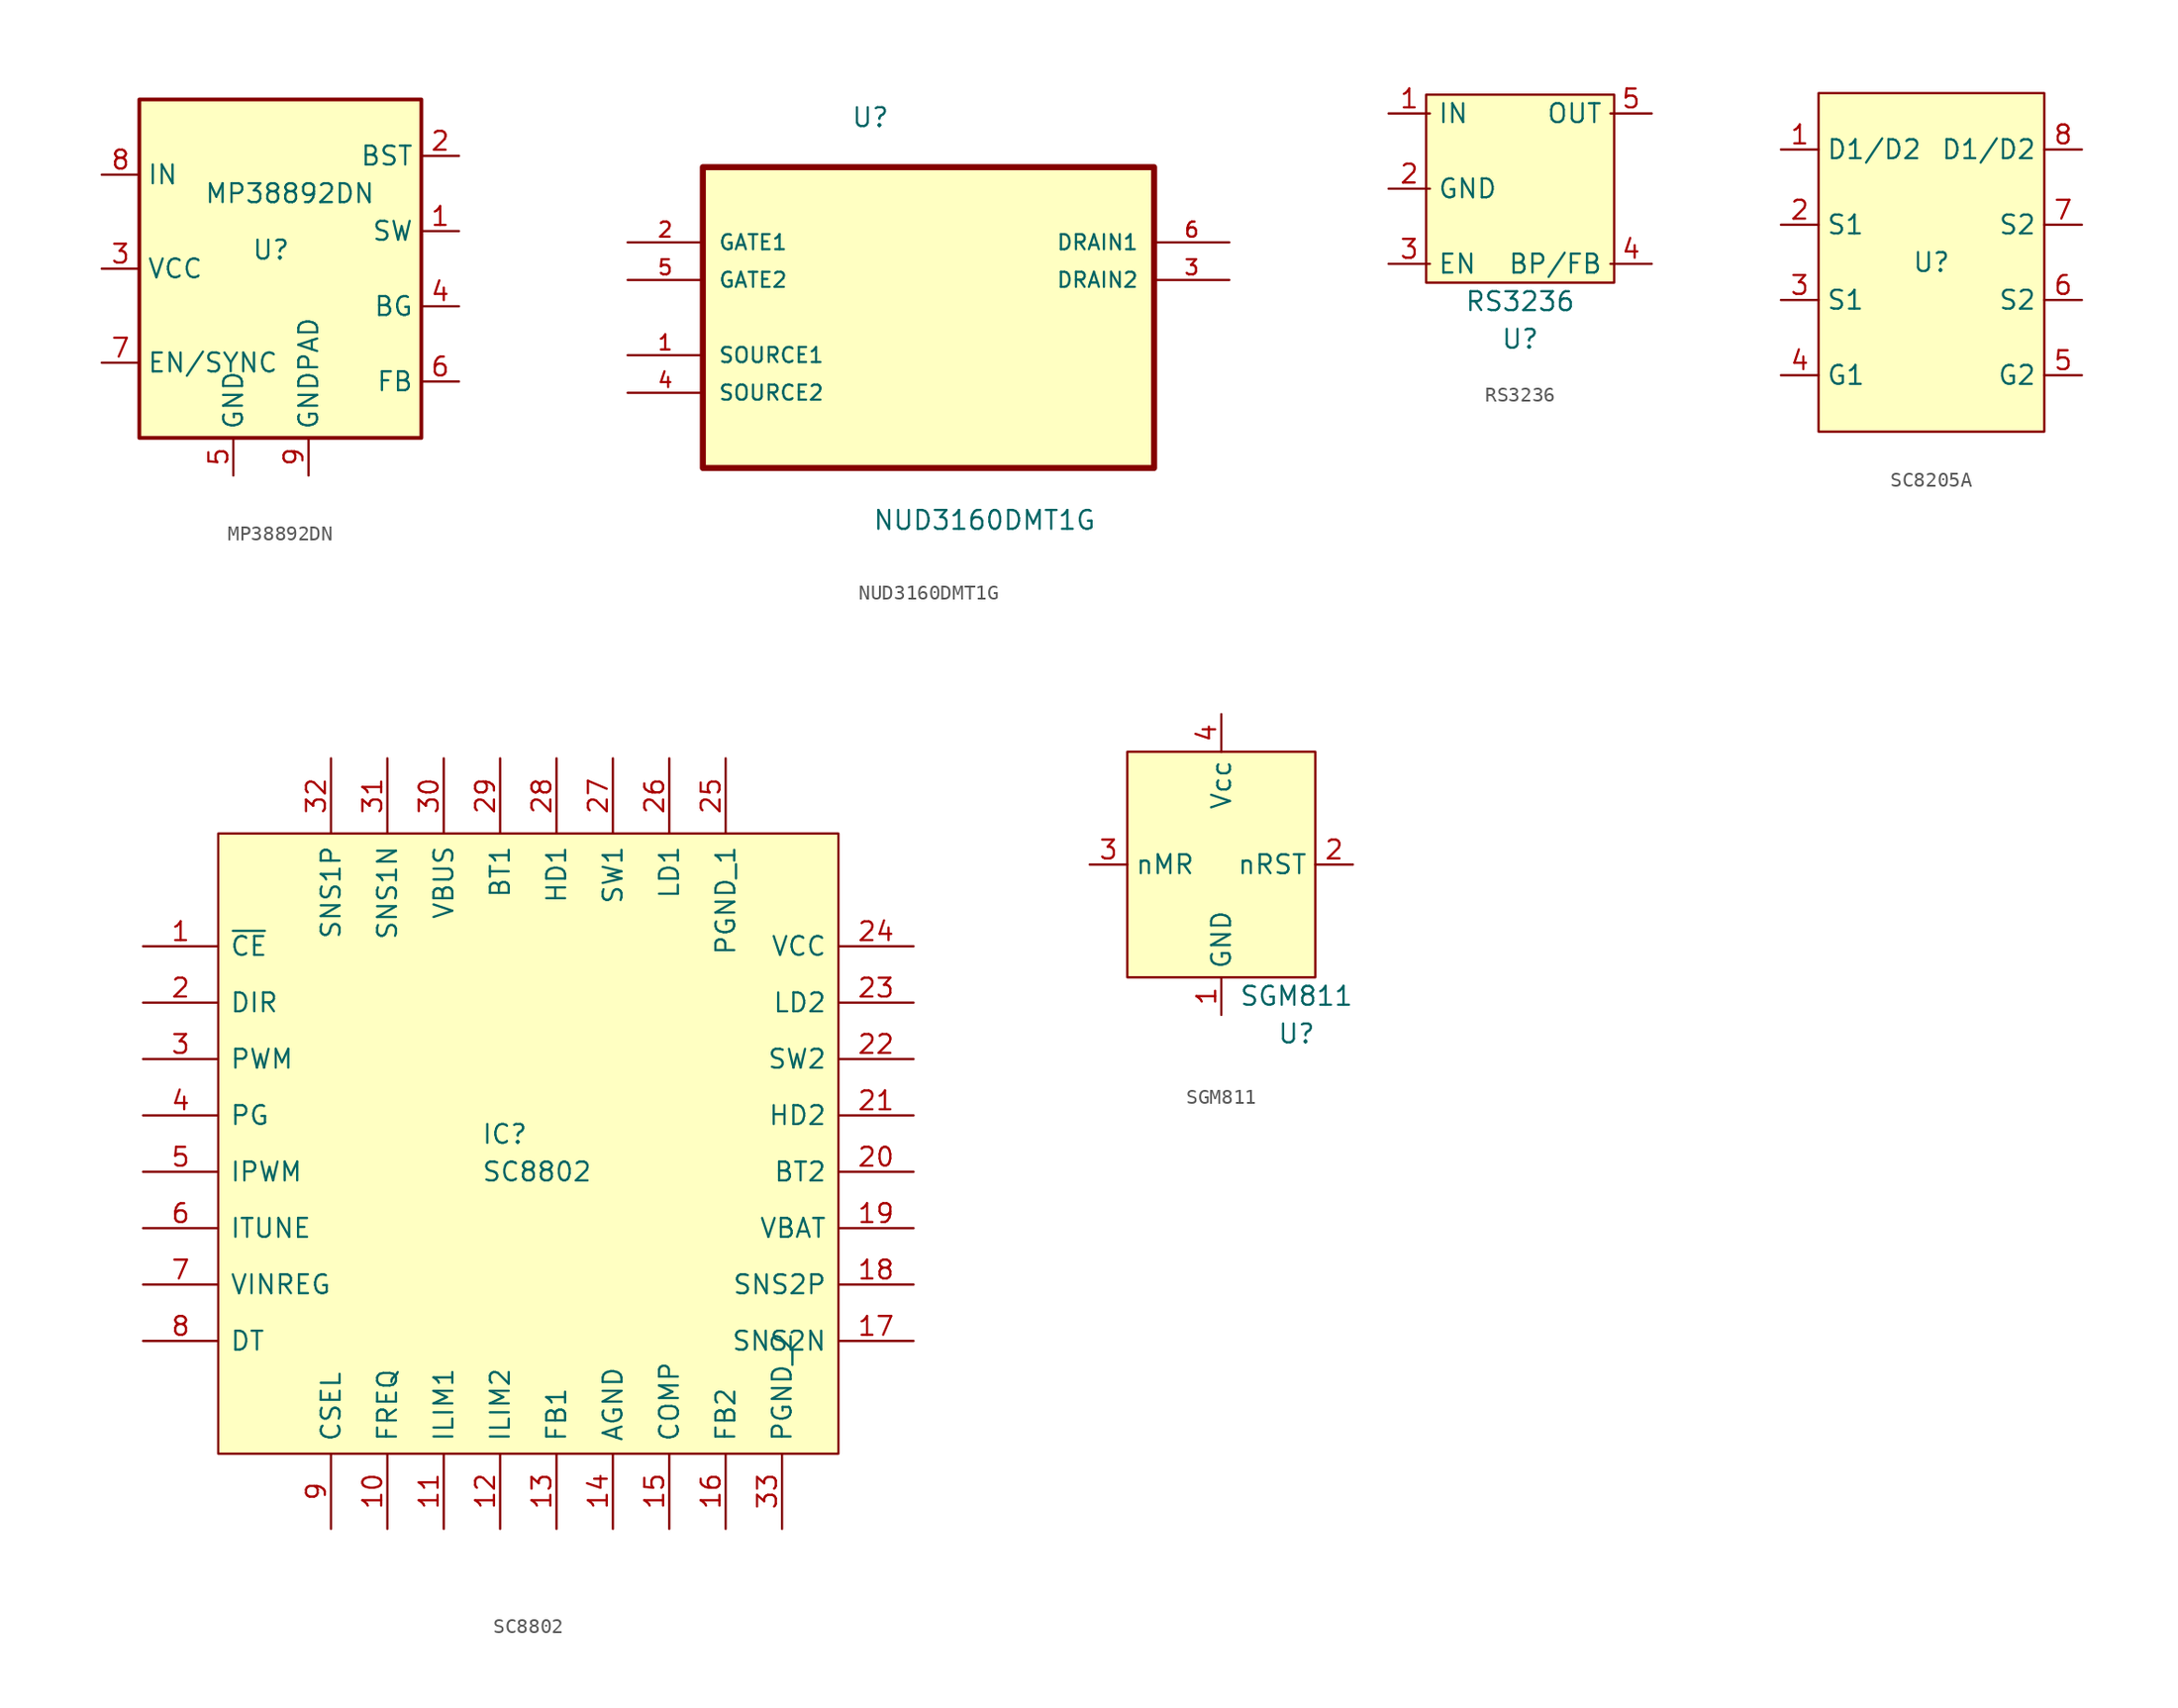
<source format=kicad_sym>
(kicad_symbol_lib
  (version 20220914)
  (generator kicad_symbol_editor)
  (symbol "MP38892DN"
    (property "Reference" "U"
      (at 0 1.27 0)
      (effects (font (size 1.27 1.27))))
    (property "Value" "MP38892DN"
      (at 1.27 5.08 0)
      (effects (font (size 1.27 1.27))))
    (symbol "MP38892DN_0_1"
      (rectangle (start -8.89 11.43) (end 10.16 -11.43) (stroke (width 0.254) (type default)) (fill (type background))))
    (symbol "MP38892DN_1_1"
      (pin input line (at 12.7 2.54 180) (length 2.54) (name "SW" (effects (font (size 1.27 1.27)))) (number "1" (effects (font (size 1.27 1.27)))))
      (pin input line (at 12.7 7.62 180) (length 2.54) (name "BST" (effects (font (size 1.27 1.27)))) (number "2" (effects (font (size 1.27 1.27)))))
      (pin input line (at -11.43 0 0) (length 2.54) (name "VCC" (effects (font (size 1.27 1.27)))) (number "3" (effects (font (size 1.27 1.27)))))
      (pin output line (at 12.7 -2.54 180) (length 2.54) (name "BG" (effects (font (size 1.27 1.27)))) (number "4" (effects (font (size 1.27 1.27)))))
      (pin power_in line (at -2.54 -13.97 90) (length 2.54) (name "GND" (effects (font (size 1.27 1.27)))) (number "5" (effects (font (size 1.27 1.27)))))
      (pin input line (at 12.7 -7.62 180) (length 2.54) (name "FB" (effects (font (size 1.27 1.27)))) (number "6" (effects (font (size 1.27 1.27)))))
      (pin input line (at -11.43 -6.35 0) (length 2.54) (name "EN/SYNC" (effects (font (size 1.27 1.27)))) (number "7" (effects (font (size 1.27 1.27)))))
      (pin power_in line (at -11.43 6.35 0) (length 2.54) (name "IN" (effects (font (size 1.27 1.27)))) (number "8" (effects (font (size 1.27 1.27)))))
      (pin power_in line (at 2.54 -13.97 90) (length 2.54) (name "GNDPAD" (effects (font (size 1.27 1.27)))) (number "9" (effects (font (size 1.27 1.27)))))))
  (symbol "NUD3160DMT1G"
    (pin_names
      (offset 1.016))
    (property "Reference" "U"
      (at -5.232 10.236 0)
      (effects (font (size 1.27 1.27)) (justify left bottom)))
    (property "Value" "NUD3160DMT1G"
      (at -3.785 -16.967 0)
      (effects (font (size 1.27 1.27)) (justify left bottom)))
    (property "ki_locked" ""
      (at 0 0 0)
      (effects (font (size 1.27 1.27))))
    (symbol "NUD3160DMT1G_0_0"
      (rectangle (start -15.24 -12.7) (end 15.24 7.62) (stroke (width 0.406) (type default)) (fill (type background)))
      (pin input line (at -20.32 -5.08 0) (length 5.08) (name "SOURCE1" (effects (font (size 1.016 1.016)))) (number "1" (effects (font (size 1.016 1.016)))))
      (pin input line (at -20.32 2.54 0) (length 5.08) (name "GATE1" (effects (font (size 1.016 1.016)))) (number "2" (effects (font (size 1.016 1.016)))))
      (pin output line (at 20.32 0 180) (length 5.08) (name "DRAIN2" (effects (font (size 1.016 1.016)))) (number "3" (effects (font (size 1.016 1.016)))))
      (pin input line (at -20.32 -7.62 0) (length 5.08) (name "SOURCE2" (effects (font (size 1.016 1.016)))) (number "4" (effects (font (size 1.016 1.016)))))
      (pin input line (at -20.32 0 0) (length 5.08) (name "GATE2" (effects (font (size 1.016 1.016)))) (number "5" (effects (font (size 1.016 1.016)))))
      (pin output line (at 20.32 2.54 180) (length 5.08) (name "DRAIN1" (effects (font (size 1.016 1.016)))) (number "6" (effects (font (size 1.016 1.016)))))))
  (symbol "RS3236"
    (property "Reference" "U"
      (at 0 -10.16 0)
      (effects (font (size 1.27 1.27))))
    (property "Value" "RS3236"
      (at 0 -7.62 0)
      (effects (font (size 1.27 1.27))))
    (symbol "RS3236_0_1"
      (rectangle (start -6.35 6.35) (end 6.35 -6.35) (stroke (width 0) (type default)) (fill (type background))))
    (symbol "RS3236_1_1"
      (pin power_in line (at -8.89 5.08 0) (length 2.794) (name "IN" (effects (font (size 1.27 1.27)))) (number "1" (effects (font (size 1.27 1.27)))))
      (pin power_in line (at -8.89 0 0) (length 2.794) (name "GND" (effects (font (size 1.27 1.27)))) (number "2" (effects (font (size 1.27 1.27)))))
      (pin input line (at -8.89 -5.08 0) (length 2.794) (name "EN" (effects (font (size 1.27 1.27)))) (number "3" (effects (font (size 1.27 1.27)))))
      (pin power_out line (at 8.89 -5.08 180) (length 2.794) (name "BP/FB" (effects (font (size 1.27 1.27)))) (number "4" (effects (font (size 1.27 1.27)))))
      (pin power_out line (at 8.89 5.08 180) (length 2.794) (name "OUT" (effects (font (size 1.27 1.27)))) (number "5" (effects (font (size 1.27 1.27)))))))
  (symbol "SC8205A"
    (property "Reference" "U"
      (at 0 0 0)
      (effects (font (size 1.27 1.27))))
    (property "Value" ""
      (at 0 0 0)
      (effects (font (size 1.27 1.27))))
    (symbol "SC8205A_0_1"
      (rectangle (start -7.62 11.43) (end 7.62 -11.43) (stroke (width 0) (type default)) (fill (type background))))
    (symbol "SC8205A_1_1"
      (pin input line (at -10.16 7.62 0) (length 2.54) (name "D1/D2" (effects (font (size 1.27 1.27)))) (number "1" (effects (font (size 1.27 1.27)))))
      (pin input line (at -10.16 2.54 0) (length 2.54) (name "S1" (effects (font (size 1.27 1.27)))) (number "2" (effects (font (size 1.27 1.27)))))
      (pin input line (at -10.16 -2.54 0) (length 2.54) (name "S1" (effects (font (size 1.27 1.27)))) (number "3" (effects (font (size 1.27 1.27)))))
      (pin input line (at -10.16 -7.62 0) (length 2.54) (name "G1" (effects (font (size 1.27 1.27)))) (number "4" (effects (font (size 1.27 1.27)))))
      (pin input line (at 10.16 -7.62 180) (length 2.54) (name "G2" (effects (font (size 1.27 1.27)))) (number "5" (effects (font (size 1.27 1.27)))))
      (pin input line (at 10.16 -2.54 180) (length 2.54) (name "S2" (effects (font (size 1.27 1.27)))) (number "6" (effects (font (size 1.27 1.27)))))
      (pin input line (at 10.16 2.54 180) (length 2.54) (name "S2" (effects (font (size 1.27 1.27)))) (number "7" (effects (font (size 1.27 1.27)))))
      (pin input line (at 10.16 7.62 180) (length 2.54) (name "D1/D2" (effects (font (size 1.27 1.27)))) (number "8" (effects (font (size 1.27 1.27)))))))
  (symbol "SC8802"
    (pin_names
      (offset 0.762))
    (property "Reference" "IC"
      (at 17.78 -20.32 0)
      (effects (font (size 1.27 1.27)) (justify left)))
    (property "Value" "SC8802"
      (at 17.78 -22.86 0)
      (effects (font (size 1.27 1.27)) (justify left)))
    (symbol "SC8802_0_0"
      (pin passive line (at -5.08 -7.62 0) (length 5.08) (name "~{CE}" (effects (font (size 1.27 1.27)))) (number "1" (effects (font (size 1.27 1.27)))))
      (pin passive line (at 11.43 -46.99 90) (length 5.08) (name "FREQ" (effects (font (size 1.27 1.27)))) (number "10" (effects (font (size 1.27 1.27)))))
      (pin passive line (at 15.24 -46.99 90) (length 5.08) (name "ILIM1" (effects (font (size 1.27 1.27)))) (number "11" (effects (font (size 1.27 1.27)))))
      (pin passive line (at 19.05 -46.99 90) (length 5.08) (name "ILIM2" (effects (font (size 1.27 1.27)))) (number "12" (effects (font (size 1.27 1.27)))))
      (pin passive line (at 22.86 -46.99 90) (length 5.08) (name "FB1" (effects (font (size 1.27 1.27)))) (number "13" (effects (font (size 1.27 1.27)))))
      (pin passive line (at 26.67 -46.99 90) (length 5.08) (name "AGND" (effects (font (size 1.27 1.27)))) (number "14" (effects (font (size 1.27 1.27)))))
      (pin passive line (at 30.48 -46.99 90) (length 5.08) (name "COMP" (effects (font (size 1.27 1.27)))) (number "15" (effects (font (size 1.27 1.27)))))
      (pin passive line (at 34.29 -46.99 90) (length 5.08) (name "FB2" (effects (font (size 1.27 1.27)))) (number "16" (effects (font (size 1.27 1.27)))))
      (pin passive line (at 46.99 -34.29 180) (length 5.08) (name "SNS2N" (effects (font (size 1.27 1.27)))) (number "17" (effects (font (size 1.27 1.27)))))
      (pin passive line (at 46.99 -30.48 180) (length 5.08) (name "SNS2P" (effects (font (size 1.27 1.27)))) (number "18" (effects (font (size 1.27 1.27)))))
      (pin passive line (at 46.99 -26.67 180) (length 5.08) (name "VBAT" (effects (font (size 1.27 1.27)))) (number "19" (effects (font (size 1.27 1.27)))))
      (pin passive line (at -5.08 -11.43 0) (length 5.08) (name "DIR" (effects (font (size 1.27 1.27)))) (number "2" (effects (font (size 1.27 1.27)))))
      (pin passive line (at 46.99 -22.86 180) (length 5.08) (name "BT2" (effects (font (size 1.27 1.27)))) (number "20" (effects (font (size 1.27 1.27)))))
      (pin passive line (at 46.99 -19.05 180) (length 5.08) (name "HD2" (effects (font (size 1.27 1.27)))) (number "21" (effects (font (size 1.27 1.27)))))
      (pin passive line (at 46.99 -15.24 180) (length 5.08) (name "SW2" (effects (font (size 1.27 1.27)))) (number "22" (effects (font (size 1.27 1.27)))))
      (pin passive line (at 46.99 -11.43 180) (length 5.08) (name "LD2" (effects (font (size 1.27 1.27)))) (number "23" (effects (font (size 1.27 1.27)))))
      (pin passive line (at 46.99 -7.62 180) (length 5.08) (name "VCC" (effects (font (size 1.27 1.27)))) (number "24" (effects (font (size 1.27 1.27)))))
      (pin passive line (at 34.29 5.08 270) (length 5.08) (name "PGND_1" (effects (font (size 1.27 1.27)))) (number "25" (effects (font (size 1.27 1.27)))))
      (pin passive line (at 30.48 5.08 270) (length 5.08) (name "LD1" (effects (font (size 1.27 1.27)))) (number "26" (effects (font (size 1.27 1.27)))))
      (pin passive line (at 26.67 5.08 270) (length 5.08) (name "SW1" (effects (font (size 1.27 1.27)))) (number "27" (effects (font (size 1.27 1.27)))))
      (pin passive line (at 22.86 5.08 270) (length 5.08) (name "HD1" (effects (font (size 1.27 1.27)))) (number "28" (effects (font (size 1.27 1.27)))))
      (pin passive line (at 19.05 5.08 270) (length 5.08) (name "BT1" (effects (font (size 1.27 1.27)))) (number "29" (effects (font (size 1.27 1.27)))))
      (pin passive line (at -5.08 -15.24 0) (length 5.08) (name "PWM" (effects (font (size 1.27 1.27)))) (number "3" (effects (font (size 1.27 1.27)))))
      (pin passive line (at 15.24 5.08 270) (length 5.08) (name "VBUS" (effects (font (size 1.27 1.27)))) (number "30" (effects (font (size 1.27 1.27)))))
      (pin passive line (at 11.43 5.08 270) (length 5.08) (name "SNS1N" (effects (font (size 1.27 1.27)))) (number "31" (effects (font (size 1.27 1.27)))))
      (pin passive line (at 7.62 5.08 270) (length 5.08) (name "SNS1P" (effects (font (size 1.27 1.27)))) (number "32" (effects (font (size 1.27 1.27)))))
      (pin passive line (at 38.1 -46.99 90) (length 5.08) (name "PGND_2" (effects (font (size 1.27 1.27)))) (number "33" (effects (font (size 1.27 1.27)))))
      (pin passive line (at -5.08 -19.05 0) (length 5.08) (name "PG" (effects (font (size 1.27 1.27)))) (number "4" (effects (font (size 1.27 1.27)))))
      (pin passive line (at -5.08 -22.86 0) (length 5.08) (name "IPWM" (effects (font (size 1.27 1.27)))) (number "5" (effects (font (size 1.27 1.27)))))
      (pin passive line (at -5.08 -26.67 0) (length 5.08) (name "ITUNE" (effects (font (size 1.27 1.27)))) (number "6" (effects (font (size 1.27 1.27)))))
      (pin passive line (at -5.08 -30.48 0) (length 5.08) (name "VINREG" (effects (font (size 1.27 1.27)))) (number "7" (effects (font (size 1.27 1.27)))))
      (pin passive line (at -5.08 -34.29 0) (length 5.08) (name "DT" (effects (font (size 1.27 1.27)))) (number "8" (effects (font (size 1.27 1.27)))))
      (pin passive line (at 7.62 -46.99 90) (length 5.08) (name "CSEL" (effects (font (size 1.27 1.27)))) (number "9" (effects (font (size 1.27 1.27))))))
    (symbol "SC8802_0_1"
      (polyline (pts (xy 0 0) (xy 41.91 0) (xy 41.91 -41.91) (xy 0 -41.91) (xy 0 0)) (stroke (width 0.152) (type default)) (fill (type background)))))
  (symbol "SGM811"
    (property "Reference" "U"
      (at 5.08 -11.43 0)
      (effects (font (size 1.27 1.27))))
    (property "Value" "SGM811"
      (at 5.08 -8.89 0)
      (effects (font (size 1.27 1.27))))
    (symbol "SGM811_0_1"
      (rectangle (start -6.35 7.62) (end 6.35 -7.62) (stroke (width 0) (type default)) (fill (type background))))
    (symbol "SGM811_1_1"
      (pin power_in line (at 0 -10.16 90) (length 2.54) (name "GND" (effects (font (size 1.27 1.27)))) (number "1" (effects (font (size 1.27 1.27)))))
      (pin output line (at 8.89 0 180) (length 2.54) (name "nRST" (effects (font (size 1.27 1.27)))) (number "2" (effects (font (size 1.27 1.27)))))
      (pin input line (at -8.89 0 0) (length 2.54) (name "nMR" (effects (font (size 1.27 1.27)))) (number "3" (effects (font (size 1.27 1.27)))))
      (pin power_in line (at 0 10.16 270) (length 2.54) (name "Vcc" (effects (font (size 1.27 1.27)))) (number "4" (effects (font (size 1.27 1.27))))))))
</source>
